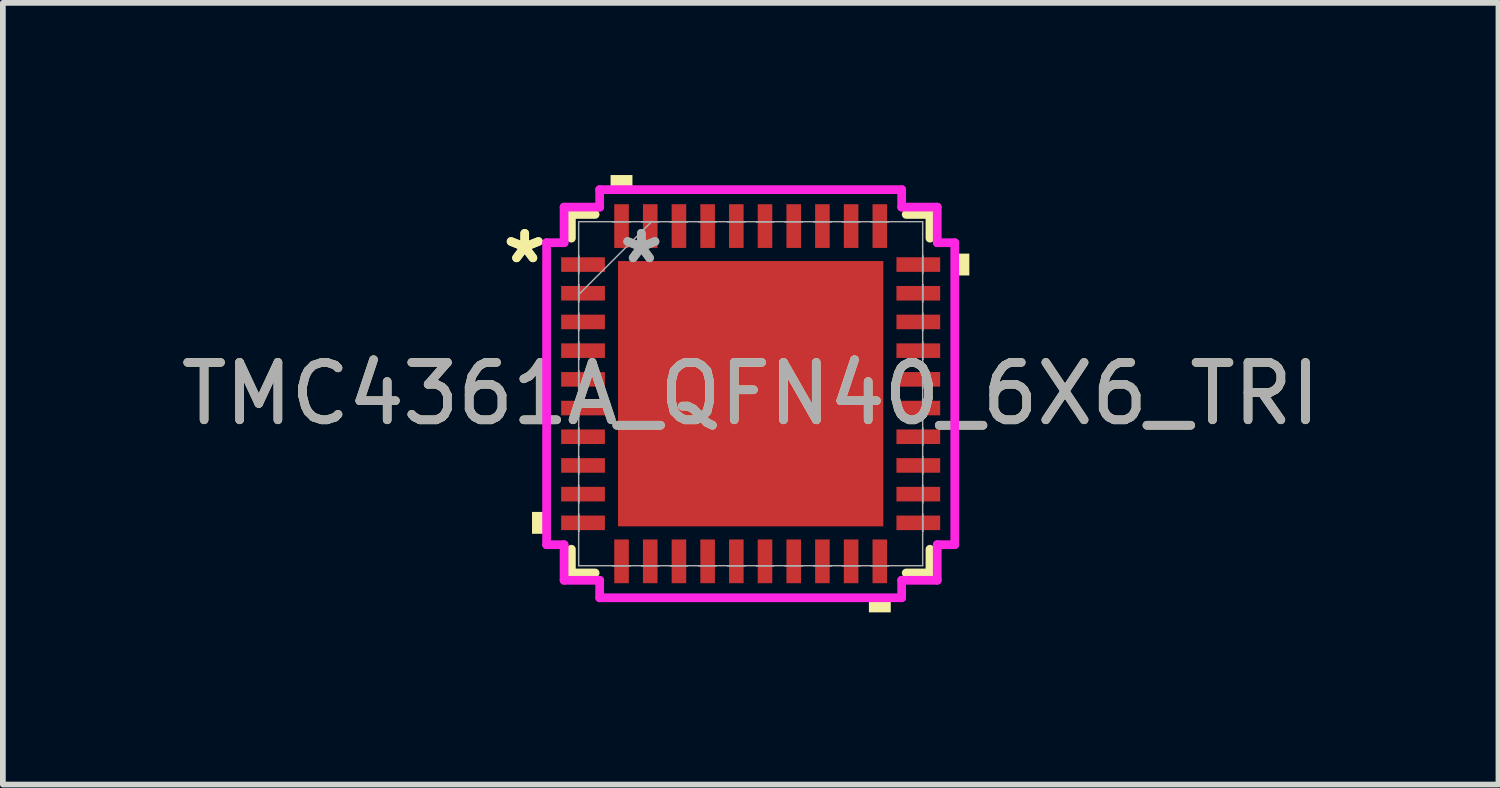
<source format=kicad_pcb>
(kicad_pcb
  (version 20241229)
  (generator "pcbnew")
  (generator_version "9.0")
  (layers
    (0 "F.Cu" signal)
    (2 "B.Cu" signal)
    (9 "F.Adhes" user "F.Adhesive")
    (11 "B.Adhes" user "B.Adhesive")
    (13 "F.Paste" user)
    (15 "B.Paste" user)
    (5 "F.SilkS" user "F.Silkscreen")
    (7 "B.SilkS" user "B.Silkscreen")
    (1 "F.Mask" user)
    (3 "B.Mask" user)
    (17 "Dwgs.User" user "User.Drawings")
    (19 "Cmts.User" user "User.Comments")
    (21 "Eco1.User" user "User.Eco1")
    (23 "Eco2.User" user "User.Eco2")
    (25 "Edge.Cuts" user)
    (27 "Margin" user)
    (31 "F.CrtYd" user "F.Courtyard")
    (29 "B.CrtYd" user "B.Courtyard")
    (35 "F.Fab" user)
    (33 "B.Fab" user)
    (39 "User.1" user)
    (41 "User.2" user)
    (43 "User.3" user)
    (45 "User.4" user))
  (footprint "TMC4361A_QFN40_6X6_TRI"
    (layer "F.Cu")
    (at 10.03 3.81)
    (property "Reference" "TMC4361A_QFN40_6X6_TRI" (at 0 0 0) (unlocked yes) (layer "F.SilkS") (effects (font (size 1 1) (thickness 0.15))))
    (attr smd)
    (fp_line (start -3.124 -3.124) (end -3.124 -2.71) (stroke (width 0.152) (type solid)) (layer "F.SilkS"))
    (fp_line (start -3.124 2.71) (end -3.124 3.124) (stroke (width 0.152) (type solid)) (layer "F.SilkS"))
    (fp_line (start -3.124 3.124) (end -2.71 3.124) (stroke (width 0.152) (type solid)) (layer "F.SilkS"))
    (fp_line (start -2.71 -3.124) (end -3.124 -3.124) (stroke (width 0.152) (type solid)) (layer "F.SilkS"))
    (fp_line (start 2.71 3.124) (end 3.124 3.124) (stroke (width 0.152) (type solid)) (layer "F.SilkS"))
    (fp_line (start 3.124 -3.124) (end 2.71 -3.124) (stroke (width 0.152) (type solid)) (layer "F.SilkS"))
    (fp_line (start 3.124 -2.71) (end 3.124 -3.124) (stroke (width 0.152) (type solid)) (layer "F.SilkS"))
    (fp_line (start 3.124 3.124) (end 3.124 2.71) (stroke (width 0.152) (type solid)) (layer "F.SilkS"))
    (fp_poly (pts (xy -3.81 2.06) (xy -3.81 2.441) (xy -3.556 2.441) (xy -3.556 2.06)) (stroke (width 0) (type solid)) (fill yes) (layer "F.SilkS"))
    (fp_poly (pts (xy -2.441 -3.556) (xy -2.441 -3.81) (xy -2.06 -3.81) (xy -2.06 -3.556)) (stroke (width 0) (type solid)) (fill yes) (layer "F.SilkS"))
    (fp_poly (pts (xy 2.06 3.556) (xy 2.06 3.81) (xy 2.441 3.81) (xy 2.441 3.556)) (stroke (width 0) (type solid)) (fill yes) (layer "F.SilkS"))
    (fp_poly (pts (xy 3.81 -2.441) (xy 3.81 -2.06) (xy 3.556 -2.06) (xy 3.556 -2.441)) (stroke (width 0) (type solid)) (fill yes) (layer "F.SilkS"))
    (fp_line (start -3.556 -2.631) (end -3.251 -2.631) (stroke (width 0.152) (type solid)) (layer "F.CrtYd"))
    (fp_line (start -3.556 2.631) (end -3.556 -2.631) (stroke (width 0.152) (type solid)) (layer "F.CrtYd"))
    (fp_line (start -3.251 -3.251) (end -2.631 -3.251) (stroke (width 0.152) (type solid)) (layer "F.CrtYd"))
    (fp_line (start -3.251 -2.631) (end -3.251 -3.251) (stroke (width 0.152) (type solid)) (layer "F.CrtYd"))
    (fp_line (start -3.251 2.631) (end -3.556 2.631) (stroke (width 0.152) (type solid)) (layer "F.CrtYd"))
    (fp_line (start -3.251 3.251) (end -3.251 2.631) (stroke (width 0.152) (type solid)) (layer "F.CrtYd"))
    (fp_line (start -2.631 -3.556) (end 2.631 -3.556) (stroke (width 0.152) (type solid)) (layer "F.CrtYd"))
    (fp_line (start -2.631 -3.251) (end -2.631 -3.556) (stroke (width 0.152) (type solid)) (layer "F.CrtYd"))
    (fp_line (start -2.631 3.251) (end -3.251 3.251) (stroke (width 0.152) (type solid)) (layer "F.CrtYd"))
    (fp_line (start -2.631 3.556) (end -2.631 3.251) (stroke (width 0.152) (type solid)) (layer "F.CrtYd"))
    (fp_line (start 2.631 -3.556) (end 2.631 -3.251) (stroke (width 0.152) (type solid)) (layer "F.CrtYd"))
    (fp_line (start 2.631 -3.251) (end 3.251 -3.251) (stroke (width 0.152) (type solid)) (layer "F.CrtYd"))
    (fp_line (start 2.631 3.251) (end 2.631 3.556) (stroke (width 0.152) (type solid)) (layer "F.CrtYd"))
    (fp_line (start 2.631 3.556) (end -2.631 3.556) (stroke (width 0.152) (type solid)) (layer "F.CrtYd"))
    (fp_line (start 3.251 -3.251) (end 3.251 -2.631) (stroke (width 0.152) (type solid)) (layer "F.CrtYd"))
    (fp_line (start 3.251 -2.631) (end 3.556 -2.631) (stroke (width 0.152) (type solid)) (layer "F.CrtYd"))
    (fp_line (start 3.251 2.631) (end 3.251 3.251) (stroke (width 0.152) (type solid)) (layer "F.CrtYd"))
    (fp_line (start 3.251 3.251) (end 2.631 3.251) (stroke (width 0.152) (type solid)) (layer "F.CrtYd"))
    (fp_line (start 3.556 -2.631) (end 3.556 2.631) (stroke (width 0.152) (type solid)) (layer "F.CrtYd"))
    (fp_line (start 3.556 2.631) (end 3.251 2.631) (stroke (width 0.152) (type solid)) (layer "F.CrtYd"))
    (fp_line (start -2.997 -2.997) (end -2.997 2.997) (stroke (width 0.025) (type solid)) (layer "F.Fab"))
    (fp_line (start -2.997 -2.402) (end -2.997 -2.402) (stroke (width 0.025) (type solid)) (layer "F.Fab"))
    (fp_line (start -2.997 -2.402) (end -2.997 -2.098) (stroke (width 0.025) (type solid)) (layer "F.Fab"))
    (fp_line (start -2.997 -2.098) (end -2.997 -2.402) (stroke (width 0.025) (type solid)) (layer "F.Fab"))
    (fp_line (start -2.997 -2.098) (end -2.997 -2.098) (stroke (width 0.025) (type solid)) (layer "F.Fab"))
    (fp_line (start -2.997 -1.902) (end -2.997 -1.902) (stroke (width 0.025) (type solid)) (layer "F.Fab"))
    (fp_line (start -2.997 -1.902) (end -2.997 -1.598) (stroke (width 0.025) (type solid)) (layer "F.Fab"))
    (fp_line (start -2.997 -1.727) (end -1.727 -2.997) (stroke (width 0.025) (type solid)) (layer "F.Fab"))
    (fp_line (start -2.997 -1.598) (end -2.997 -1.902) (stroke (width 0.025) (type solid)) (layer "F.Fab"))
    (fp_line (start -2.997 -1.598) (end -2.997 -1.598) (stroke (width 0.025) (type solid)) (layer "F.Fab"))
    (fp_line (start -2.997 -1.402) (end -2.997 -1.402) (stroke (width 0.025) (type solid)) (layer "F.Fab"))
    (fp_line (start -2.997 -1.402) (end -2.997 -1.098) (stroke (width 0.025) (type solid)) (layer "F.Fab"))
    (fp_line (start -2.997 -1.098) (end -2.997 -1.402) (stroke (width 0.025) (type solid)) (layer "F.Fab"))
    (fp_line (start -2.997 -1.098) (end -2.997 -1.098) (stroke (width 0.025) (type solid)) (layer "F.Fab"))
    (fp_line (start -2.997 -0.902) (end -2.997 -0.902) (stroke (width 0.025) (type solid)) (layer "F.Fab"))
    (fp_line (start -2.997 -0.902) (end -2.997 -0.598) (stroke (width 0.025) (type solid)) (layer "F.Fab"))
    (fp_line (start -2.997 -0.598) (end -2.997 -0.902) (stroke (width 0.025) (type solid)) (layer "F.Fab"))
    (fp_line (start -2.997 -0.598) (end -2.997 -0.598) (stroke (width 0.025) (type solid)) (layer "F.Fab"))
    (fp_line (start -2.997 -0.402) (end -2.997 -0.402) (stroke (width 0.025) (type solid)) (layer "F.Fab"))
    (fp_line (start -2.997 -0.402) (end -2.997 -0.098) (stroke (width 0.025) (type solid)) (layer "F.Fab"))
    (fp_line (start -2.997 -0.098) (end -2.997 -0.402) (stroke (width 0.025) (type solid)) (layer "F.Fab"))
    (fp_line (start -2.997 -0.098) (end -2.997 -0.098) (stroke (width 0.025) (type solid)) (layer "F.Fab"))
    (fp_line (start -2.997 0.098) (end -2.997 0.098) (stroke (width 0.025) (type solid)) (layer "F.Fab"))
    (fp_line (start -2.997 0.098) (end -2.997 0.402) (stroke (width 0.025) (type solid)) (layer "F.Fab"))
    (fp_line (start -2.997 0.402) (end -2.997 0.098) (stroke (width 0.025) (type solid)) (layer "F.Fab"))
    (fp_line (start -2.997 0.402) (end -2.997 0.402) (stroke (width 0.025) (type solid)) (layer "F.Fab"))
    (fp_line (start -2.997 0.598) (end -2.997 0.598) (stroke (width 0.025) (type solid)) (layer "F.Fab"))
    (fp_line (start -2.997 0.598) (end -2.997 0.902) (stroke (width 0.025) (type solid)) (layer "F.Fab"))
    (fp_line (start -2.997 0.902) (end -2.997 0.598) (stroke (width 0.025) (type solid)) (layer "F.Fab"))
    (fp_line (start -2.997 0.902) (end -2.997 0.902) (stroke (width 0.025) (type solid)) (layer "F.Fab"))
    (fp_line (start -2.997 1.098) (end -2.997 1.098) (stroke (width 0.025) (type solid)) (layer "F.Fab"))
    (fp_line (start -2.997 1.098) (end -2.997 1.402) (stroke (width 0.025) (type solid)) (layer "F.Fab"))
    (fp_line (start -2.997 1.402) (end -2.997 1.098) (stroke (width 0.025) (type solid)) (layer "F.Fab"))
    (fp_line (start -2.997 1.402) (end -2.997 1.402) (stroke (width 0.025) (type solid)) (layer "F.Fab"))
    (fp_line (start -2.997 1.598) (end -2.997 1.598) (stroke (width 0.025) (type solid)) (layer "F.Fab"))
    (fp_line (start -2.997 1.598) (end -2.997 1.902) (stroke (width 0.025) (type solid)) (layer "F.Fab"))
    (fp_line (start -2.997 1.902) (end -2.997 1.598) (stroke (width 0.025) (type solid)) (layer "F.Fab"))
    (fp_line (start -2.997 1.902) (end -2.997 1.902) (stroke (width 0.025) (type solid)) (layer "F.Fab"))
    (fp_line (start -2.997 2.098) (end -2.997 2.098) (stroke (width 0.025) (type solid)) (layer "F.Fab"))
    (fp_line (start -2.997 2.098) (end -2.997 2.402) (stroke (width 0.025) (type solid)) (layer "F.Fab"))
    (fp_line (start -2.997 2.402) (end -2.997 2.098) (stroke (width 0.025) (type solid)) (layer "F.Fab"))
    (fp_line (start -2.997 2.402) (end -2.997 2.402) (stroke (width 0.025) (type solid)) (layer "F.Fab"))
    (fp_line (start -2.997 2.997) (end 2.997 2.997) (stroke (width 0.025) (type solid)) (layer "F.Fab"))
    (fp_line (start -2.402 -2.997) (end -2.402 -2.997) (stroke (width 0.025) (type solid)) (layer "F.Fab"))
    (fp_line (start -2.402 -2.997) (end -2.098 -2.997) (stroke (width 0.025) (type solid)) (layer "F.Fab"))
    (fp_line (start -2.402 2.997) (end -2.402 2.997) (stroke (width 0.025) (type solid)) (layer "F.Fab"))
    (fp_line (start -2.402 2.997) (end -2.098 2.997) (stroke (width 0.025) (type solid)) (layer "F.Fab"))
    (fp_line (start -2.098 -2.997) (end -2.402 -2.997) (stroke (width 0.025) (type solid)) (layer "F.Fab"))
    (fp_line (start -2.098 -2.997) (end -2.098 -2.997) (stroke (width 0.025) (type solid)) (layer "F.Fab"))
    (fp_line (start -2.098 2.997) (end -2.402 2.997) (stroke (width 0.025) (type solid)) (layer "F.Fab"))
    (fp_line (start -2.098 2.997) (end -2.098 2.997) (stroke (width 0.025) (type solid)) (layer "F.Fab"))
    (fp_line (start -1.902 -2.997) (end -1.902 -2.997) (stroke (width 0.025) (type solid)) (layer "F.Fab"))
    (fp_line (start -1.902 -2.997) (end -1.598 -2.997) (stroke (width 0.025) (type solid)) (layer "F.Fab"))
    (fp_line (start -1.902 2.997) (end -1.902 2.997) (stroke (width 0.025) (type solid)) (layer "F.Fab"))
    (fp_line (start -1.902 2.997) (end -1.598 2.997) (stroke (width 0.025) (type solid)) (layer "F.Fab"))
    (fp_line (start -1.598 -2.997) (end -1.902 -2.997) (stroke (width 0.025) (type solid)) (layer "F.Fab"))
    (fp_line (start -1.598 -2.997) (end -1.598 -2.997) (stroke (width 0.025) (type solid)) (layer "F.Fab"))
    (fp_line (start -1.598 2.997) (end -1.902 2.997) (stroke (width 0.025) (type solid)) (layer "F.Fab"))
    (fp_line (start -1.598 2.997) (end -1.598 2.997) (stroke (width 0.025) (type solid)) (layer "F.Fab"))
    (fp_line (start -1.402 -2.997) (end -1.402 -2.997) (stroke (width 0.025) (type solid)) (layer "F.Fab"))
    (fp_line (start -1.402 -2.997) (end -1.098 -2.997) (stroke (width 0.025) (type solid)) (layer "F.Fab"))
    (fp_line (start -1.402 2.997) (end -1.402 2.997) (stroke (width 0.025) (type solid)) (layer "F.Fab"))
    (fp_line (start -1.402 2.997) (end -1.098 2.997) (stroke (width 0.025) (type solid)) (layer "F.Fab"))
    (fp_line (start -1.098 -2.997) (end -1.402 -2.997) (stroke (width 0.025) (type solid)) (layer "F.Fab"))
    (fp_line (start -1.098 -2.997) (end -1.098 -2.997) (stroke (width 0.025) (type solid)) (layer "F.Fab"))
    (fp_line (start -1.098 2.997) (end -1.402 2.997) (stroke (width 0.025) (type solid)) (layer "F.Fab"))
    (fp_line (start -1.098 2.997) (end -1.098 2.997) (stroke (width 0.025) (type solid)) (layer "F.Fab"))
    (fp_line (start -0.902 -2.997) (end -0.902 -2.997) (stroke (width 0.025) (type solid)) (layer "F.Fab"))
    (fp_line (start -0.902 -2.997) (end -0.598 -2.997) (stroke (width 0.025) (type solid)) (layer "F.Fab"))
    (fp_line (start -0.902 2.997) (end -0.902 2.997) (stroke (width 0.025) (type solid)) (layer "F.Fab"))
    (fp_line (start -0.902 2.997) (end -0.598 2.997) (stroke (width 0.025) (type solid)) (layer "F.Fab"))
    (fp_line (start -0.598 -2.997) (end -0.902 -2.997) (stroke (width 0.025) (type solid)) (layer "F.Fab"))
    (fp_line (start -0.598 -2.997) (end -0.598 -2.997) (stroke (width 0.025) (type solid)) (layer "F.Fab"))
    (fp_line (start -0.598 2.997) (end -0.902 2.997) (stroke (width 0.025) (type solid)) (layer "F.Fab"))
    (fp_line (start -0.598 2.997) (end -0.598 2.997) (stroke (width 0.025) (type solid)) (layer "F.Fab"))
    (fp_line (start -0.402 -2.997) (end -0.402 -2.997) (stroke (width 0.025) (type solid)) (layer "F.Fab"))
    (fp_line (start -0.402 -2.997) (end -0.098 -2.997) (stroke (width 0.025) (type solid)) (layer "F.Fab"))
    (fp_line (start -0.402 2.997) (end -0.402 2.997) (stroke (width 0.025) (type solid)) (layer "F.Fab"))
    (fp_line (start -0.402 2.997) (end -0.098 2.997) (stroke (width 0.025) (type solid)) (layer "F.Fab"))
    (fp_line (start -0.098 -2.997) (end -0.402 -2.997) (stroke (width 0.025) (type solid)) (layer "F.Fab"))
    (fp_line (start -0.098 -2.997) (end -0.098 -2.997) (stroke (width 0.025) (type solid)) (layer "F.Fab"))
    (fp_line (start -0.098 2.997) (end -0.402 2.997) (stroke (width 0.025) (type solid)) (layer "F.Fab"))
    (fp_line (start -0.098 2.997) (end -0.098 2.997) (stroke (width 0.025) (type solid)) (layer "F.Fab"))
    (fp_line (start 0.098 -2.997) (end 0.098 -2.997) (stroke (width 0.025) (type solid)) (layer "F.Fab"))
    (fp_line (start 0.098 -2.997) (end 0.402 -2.997) (stroke (width 0.025) (type solid)) (layer "F.Fab"))
    (fp_line (start 0.098 2.997) (end 0.098 2.997) (stroke (width 0.025) (type solid)) (layer "F.Fab"))
    (fp_line (start 0.098 2.997) (end 0.402 2.997) (stroke (width 0.025) (type solid)) (layer "F.Fab"))
    (fp_line (start 0.402 -2.997) (end 0.098 -2.997) (stroke (width 0.025) (type solid)) (layer "F.Fab"))
    (fp_line (start 0.402 -2.997) (end 0.402 -2.997) (stroke (width 0.025) (type solid)) (layer "F.Fab"))
    (fp_line (start 0.402 2.997) (end 0.098 2.997) (stroke (width 0.025) (type solid)) (layer "F.Fab"))
    (fp_line (start 0.402 2.997) (end 0.402 2.997) (stroke (width 0.025) (type solid)) (layer "F.Fab"))
    (fp_line (start 0.598 -2.997) (end 0.598 -2.997) (stroke (width 0.025) (type solid)) (layer "F.Fab"))
    (fp_line (start 0.598 -2.997) (end 0.902 -2.997) (stroke (width 0.025) (type solid)) (layer "F.Fab"))
    (fp_line (start 0.598 2.997) (end 0.598 2.997) (stroke (width 0.025) (type solid)) (layer "F.Fab"))
    (fp_line (start 0.598 2.997) (end 0.902 2.997) (stroke (width 0.025) (type solid)) (layer "F.Fab"))
    (fp_line (start 0.902 -2.997) (end 0.598 -2.997) (stroke (width 0.025) (type solid)) (layer "F.Fab"))
    (fp_line (start 0.902 -2.997) (end 0.902 -2.997) (stroke (width 0.025) (type solid)) (layer "F.Fab"))
    (fp_line (start 0.902 2.997) (end 0.598 2.997) (stroke (width 0.025) (type solid)) (layer "F.Fab"))
    (fp_line (start 0.902 2.997) (end 0.902 2.997) (stroke (width 0.025) (type solid)) (layer "F.Fab"))
    (fp_line (start 1.098 -2.997) (end 1.098 -2.997) (stroke (width 0.025) (type solid)) (layer "F.Fab"))
    (fp_line (start 1.098 -2.997) (end 1.402 -2.997) (stroke (width 0.025) (type solid)) (layer "F.Fab"))
    (fp_line (start 1.098 2.997) (end 1.098 2.997) (stroke (width 0.025) (type solid)) (layer "F.Fab"))
    (fp_line (start 1.098 2.997) (end 1.402 2.997) (stroke (width 0.025) (type solid)) (layer "F.Fab"))
    (fp_line (start 1.402 -2.997) (end 1.098 -2.997) (stroke (width 0.025) (type solid)) (layer "F.Fab"))
    (fp_line (start 1.402 -2.997) (end 1.402 -2.997) (stroke (width 0.025) (type solid)) (layer "F.Fab"))
    (fp_line (start 1.402 2.997) (end 1.098 2.997) (stroke (width 0.025) (type solid)) (layer "F.Fab"))
    (fp_line (start 1.402 2.997) (end 1.402 2.997) (stroke (width 0.025) (type solid)) (layer "F.Fab"))
    (fp_line (start 1.598 -2.997) (end 1.598 -2.997) (stroke (width 0.025) (type solid)) (layer "F.Fab"))
    (fp_line (start 1.598 -2.997) (end 1.902 -2.997) (stroke (width 0.025) (type solid)) (layer "F.Fab"))
    (fp_line (start 1.598 2.997) (end 1.598 2.997) (stroke (width 0.025) (type solid)) (layer "F.Fab"))
    (fp_line (start 1.598 2.997) (end 1.902 2.997) (stroke (width 0.025) (type solid)) (layer "F.Fab"))
    (fp_line (start 1.902 -2.997) (end 1.598 -2.997) (stroke (width 0.025) (type solid)) (layer "F.Fab"))
    (fp_line (start 1.902 -2.997) (end 1.902 -2.997) (stroke (width 0.025) (type solid)) (layer "F.Fab"))
    (fp_line (start 1.902 2.997) (end 1.598 2.997) (stroke (width 0.025) (type solid)) (layer "F.Fab"))
    (fp_line (start 1.902 2.997) (end 1.902 2.997) (stroke (width 0.025) (type solid)) (layer "F.Fab"))
    (fp_line (start 2.098 -2.997) (end 2.098 -2.997) (stroke (width 0.025) (type solid)) (layer "F.Fab"))
    (fp_line (start 2.098 -2.997) (end 2.402 -2.997) (stroke (width 0.025) (type solid)) (layer "F.Fab"))
    (fp_line (start 2.098 2.997) (end 2.098 2.997) (stroke (width 0.025) (type solid)) (layer "F.Fab"))
    (fp_line (start 2.098 2.997) (end 2.402 2.997) (stroke (width 0.025) (type solid)) (layer "F.Fab"))
    (fp_line (start 2.402 -2.997) (end 2.098 -2.997) (stroke (width 0.025) (type solid)) (layer "F.Fab"))
    (fp_line (start 2.402 -2.997) (end 2.402 -2.997) (stroke (width 0.025) (type solid)) (layer "F.Fab"))
    (fp_line (start 2.402 2.997) (end 2.098 2.997) (stroke (width 0.025) (type solid)) (layer "F.Fab"))
    (fp_line (start 2.402 2.997) (end 2.402 2.997) (stroke (width 0.025) (type solid)) (layer "F.Fab"))
    (fp_line (start 2.997 -2.997) (end -2.997 -2.997) (stroke (width 0.025) (type solid)) (layer "F.Fab"))
    (fp_line (start 2.997 -2.402) (end 2.997 -2.402) (stroke (width 0.025) (type solid)) (layer "F.Fab"))
    (fp_line (start 2.997 -2.402) (end 2.997 -2.098) (stroke (width 0.025) (type solid)) (layer "F.Fab"))
    (fp_line (start 2.997 -2.098) (end 2.997 -2.402) (stroke (width 0.025) (type solid)) (layer "F.Fab"))
    (fp_line (start 2.997 -2.098) (end 2.997 -2.098) (stroke (width 0.025) (type solid)) (layer "F.Fab"))
    (fp_line (start 2.997 -1.902) (end 2.997 -1.902) (stroke (width 0.025) (type solid)) (layer "F.Fab"))
    (fp_line (start 2.997 -1.902) (end 2.997 -1.598) (stroke (width 0.025) (type solid)) (layer "F.Fab"))
    (fp_line (start 2.997 -1.598) (end 2.997 -1.902) (stroke (width 0.025) (type solid)) (layer "F.Fab"))
    (fp_line (start 2.997 -1.598) (end 2.997 -1.598) (stroke (width 0.025) (type solid)) (layer "F.Fab"))
    (fp_line (start 2.997 -1.402) (end 2.997 -1.402) (stroke (width 0.025) (type solid)) (layer "F.Fab"))
    (fp_line (start 2.997 -1.402) (end 2.997 -1.098) (stroke (width 0.025) (type solid)) (layer "F.Fab"))
    (fp_line (start 2.997 -1.098) (end 2.997 -1.402) (stroke (width 0.025) (type solid)) (layer "F.Fab"))
    (fp_line (start 2.997 -1.098) (end 2.997 -1.098) (stroke (width 0.025) (type solid)) (layer "F.Fab"))
    (fp_line (start 2.997 -0.902) (end 2.997 -0.902) (stroke (width 0.025) (type solid)) (layer "F.Fab"))
    (fp_line (start 2.997 -0.902) (end 2.997 -0.598) (stroke (width 0.025) (type solid)) (layer "F.Fab"))
    (fp_line (start 2.997 -0.598) (end 2.997 -0.902) (stroke (width 0.025) (type solid)) (layer "F.Fab"))
    (fp_line (start 2.997 -0.598) (end 2.997 -0.598) (stroke (width 0.025) (type solid)) (layer "F.Fab"))
    (fp_line (start 2.997 -0.402) (end 2.997 -0.402) (stroke (width 0.025) (type solid)) (layer "F.Fab"))
    (fp_line (start 2.997 -0.402) (end 2.997 -0.098) (stroke (width 0.025) (type solid)) (layer "F.Fab"))
    (fp_line (start 2.997 -0.098) (end 2.997 -0.402) (stroke (width 0.025) (type solid)) (layer "F.Fab"))
    (fp_line (start 2.997 -0.098) (end 2.997 -0.098) (stroke (width 0.025) (type solid)) (layer "F.Fab"))
    (fp_line (start 2.997 0.098) (end 2.997 0.098) (stroke (width 0.025) (type solid)) (layer "F.Fab"))
    (fp_line (start 2.997 0.098) (end 2.997 0.402) (stroke (width 0.025) (type solid)) (layer "F.Fab"))
    (fp_line (start 2.997 0.402) (end 2.997 0.098) (stroke (width 0.025) (type solid)) (layer "F.Fab"))
    (fp_line (start 2.997 0.402) (end 2.997 0.402) (stroke (width 0.025) (type solid)) (layer "F.Fab"))
    (fp_line (start 2.997 0.598) (end 2.997 0.598) (stroke (width 0.025) (type solid)) (layer "F.Fab"))
    (fp_line (start 2.997 0.598) (end 2.997 0.902) (stroke (width 0.025) (type solid)) (layer "F.Fab"))
    (fp_line (start 2.997 0.902) (end 2.997 0.598) (stroke (width 0.025) (type solid)) (layer "F.Fab"))
    (fp_line (start 2.997 0.902) (end 2.997 0.902) (stroke (width 0.025) (type solid)) (layer "F.Fab"))
    (fp_line (start 2.997 1.098) (end 2.997 1.098) (stroke (width 0.025) (type solid)) (layer "F.Fab"))
    (fp_line (start 2.997 1.098) (end 2.997 1.402) (stroke (width 0.025) (type solid)) (layer "F.Fab"))
    (fp_line (start 2.997 1.402) (end 2.997 1.098) (stroke (width 0.025) (type solid)) (layer "F.Fab"))
    (fp_line (start 2.997 1.402) (end 2.997 1.402) (stroke (width 0.025) (type solid)) (layer "F.Fab"))
    (fp_line (start 2.997 1.598) (end 2.997 1.598) (stroke (width 0.025) (type solid)) (layer "F.Fab"))
    (fp_line (start 2.997 1.598) (end 2.997 1.902) (stroke (width 0.025) (type solid)) (layer "F.Fab"))
    (fp_line (start 2.997 1.902) (end 2.997 1.598) (stroke (width 0.025) (type solid)) (layer "F.Fab"))
    (fp_line (start 2.997 1.902) (end 2.997 1.902) (stroke (width 0.025) (type solid)) (layer "F.Fab"))
    (fp_line (start 2.997 2.098) (end 2.997 2.098) (stroke (width 0.025) (type solid)) (layer "F.Fab"))
    (fp_line (start 2.997 2.098) (end 2.997 2.402) (stroke (width 0.025) (type solid)) (layer "F.Fab"))
    (fp_line (start 2.997 2.402) (end 2.997 2.098) (stroke (width 0.025) (type solid)) (layer "F.Fab"))
    (fp_line (start 2.997 2.402) (end 2.997 2.402) (stroke (width 0.025) (type solid)) (layer "F.Fab"))
    (fp_line (start 2.997 2.997) (end 2.997 -2.997) (stroke (width 0.025) (type solid)) (layer "F.Fab"))
    (fp_text user "*" (at -3.937 -2.25 0) (unlocked yes) (layer "F.SilkS") (effects (font (size 1 1) (thickness 0.15))))
    (fp_text user "*" (at -3.937 -2.25 0) (layer "F.SilkS") (effects (font (size 1 1) (thickness 0.15))))
    (fp_text user "*" (at -1.905 -2.25 0) (unlocked yes) (layer "F.Fab") (effects (font (size 1 1) (thickness 0.15))))
    (fp_text user "${REFERENCE}" (at 0 0 0) (unlocked yes) (layer "F.Fab") (effects (font (size 1 1) (thickness 0.15))))
    (fp_text user "*" (at -1.905 -2.25 0) (layer "F.Fab") (effects (font (size 1 1) (thickness 0.15))))
    (pad "1" smd rect (at -2.921 -2.25 90) (size 0.254 0.762) (layers "F.Cu" "F.Mask" "F.Paste"))
    (pad "2" smd rect (at -2.921 -1.75 90) (size 0.254 0.762) (layers "F.Cu" "F.Mask" "F.Paste"))
    (pad "3" smd rect (at -2.921 -1.25 90) (size 0.254 0.762) (layers "F.Cu" "F.Mask" "F.Paste"))
    (pad "4" smd rect (at -2.921 -0.75 90) (size 0.254 0.762) (layers "F.Cu" "F.Mask" "F.Paste"))
    (pad "5" smd rect (at -2.921 -0.25 90) (size 0.254 0.762) (layers "F.Cu" "F.Mask" "F.Paste"))
    (pad "6" smd rect (at -2.921 0.25 90) (size 0.254 0.762) (layers "F.Cu" "F.Mask" "F.Paste"))
    (pad "7" smd rect (at -2.921 0.75 90) (size 0.254 0.762) (layers "F.Cu" "F.Mask" "F.Paste"))
    (pad "8" smd rect (at -2.921 1.25 90) (size 0.254 0.762) (layers "F.Cu" "F.Mask" "F.Paste"))
    (pad "9" smd rect (at -2.921 1.75 90) (size 0.254 0.762) (layers "F.Cu" "F.Mask" "F.Paste"))
    (pad "10" smd rect (at -2.921 2.25 90) (size 0.254 0.762) (layers "F.Cu" "F.Mask" "F.Paste"))
    (pad "11" smd rect (at -2.25 2.921) (size 0.254 0.762) (layers "F.Cu" "F.Mask" "F.Paste"))
    (pad "12" smd rect (at -1.75 2.921) (size 0.254 0.762) (layers "F.Cu" "F.Mask" "F.Paste"))
    (pad "13" smd rect (at -1.25 2.921) (size 0.254 0.762) (layers "F.Cu" "F.Mask" "F.Paste"))
    (pad "14" smd rect (at -0.75 2.921) (size 0.254 0.762) (layers "F.Cu" "F.Mask" "F.Paste"))
    (pad "15" smd rect (at -0.25 2.921) (size 0.254 0.762) (layers "F.Cu" "F.Mask" "F.Paste"))
    (pad "16" smd rect (at 0.25 2.921) (size 0.254 0.762) (layers "F.Cu" "F.Mask" "F.Paste"))
    (pad "17" smd rect (at 0.75 2.921) (size 0.254 0.762) (layers "F.Cu" "F.Mask" "F.Paste"))
    (pad "18" smd rect (at 1.25 2.921) (size 0.254 0.762) (layers "F.Cu" "F.Mask" "F.Paste"))
    (pad "19" smd rect (at 1.75 2.921) (size 0.254 0.762) (layers "F.Cu" "F.Mask" "F.Paste"))
    (pad "20" smd rect (at 2.25 2.921) (size 0.254 0.762) (layers "F.Cu" "F.Mask" "F.Paste"))
    (pad "21" smd rect (at 2.921 2.25 90) (size 0.254 0.762) (layers "F.Cu" "F.Mask" "F.Paste"))
    (pad "22" smd rect (at 2.921 1.75 90) (size 0.254 0.762) (layers "F.Cu" "F.Mask" "F.Paste"))
    (pad "23" smd rect (at 2.921 1.25 90) (size 0.254 0.762) (layers "F.Cu" "F.Mask" "F.Paste"))
    (pad "24" smd rect (at 2.921 0.75 90) (size 0.254 0.762) (layers "F.Cu" "F.Mask" "F.Paste"))
    (pad "25" smd rect (at 2.921 0.25 90) (size 0.254 0.762) (layers "F.Cu" "F.Mask" "F.Paste"))
    (pad "26" smd rect (at 2.921 -0.25 90) (size 0.254 0.762) (layers "F.Cu" "F.Mask" "F.Paste"))
    (pad "27" smd rect (at 2.921 -0.75 90) (size 0.254 0.762) (layers "F.Cu" "F.Mask" "F.Paste"))
    (pad "28" smd rect (at 2.921 -1.25 90) (size 0.254 0.762) (layers "F.Cu" "F.Mask" "F.Paste"))
    (pad "29" smd rect (at 2.921 -1.75 90) (size 0.254 0.762) (layers "F.Cu" "F.Mask" "F.Paste"))
    (pad "30" smd rect (at 2.921 -2.25 90) (size 0.254 0.762) (layers "F.Cu" "F.Mask" "F.Paste"))
    (pad "31" smd rect (at 2.25 -2.921) (size 0.254 0.762) (layers "F.Cu" "F.Mask" "F.Paste"))
    (pad "32" smd rect (at 1.75 -2.921) (size 0.254 0.762) (layers "F.Cu" "F.Mask" "F.Paste"))
    (pad "33" smd rect (at 1.25 -2.921) (size 0.254 0.762) (layers "F.Cu" "F.Mask" "F.Paste"))
    (pad "34" smd rect (at 0.75 -2.921) (size 0.254 0.762) (layers "F.Cu" "F.Mask" "F.Paste"))
    (pad "35" smd rect (at 0.25 -2.921) (size 0.254 0.762) (layers "F.Cu" "F.Mask" "F.Paste"))
    (pad "36" smd rect (at -0.25 -2.921) (size 0.254 0.762) (layers "F.Cu" "F.Mask" "F.Paste"))
    (pad "37" smd rect (at -0.75 -2.921) (size 0.254 0.762) (layers "F.Cu" "F.Mask" "F.Paste"))
    (pad "38" smd rect (at -1.25 -2.921) (size 0.254 0.762) (layers "F.Cu" "F.Mask" "F.Paste"))
    (pad "39" smd rect (at -1.75 -2.921) (size 0.254 0.762) (layers "F.Cu" "F.Mask" "F.Paste"))
    (pad "40" smd rect (at -2.25 -2.921) (size 0.254 0.762) (layers "F.Cu" "F.Mask" "F.Paste"))
    (pad "41" smd rect (at 0 0) (size 4.623 4.623) (layers "F.Cu" "F.Mask" "F.Paste")))
  (gr_rect
    (start -3 -3)
    (end 23.06 10.62)
    (stroke (width 0.1) (type default))
    (fill no)
    (layer "Edge.Cuts")))
</source>
